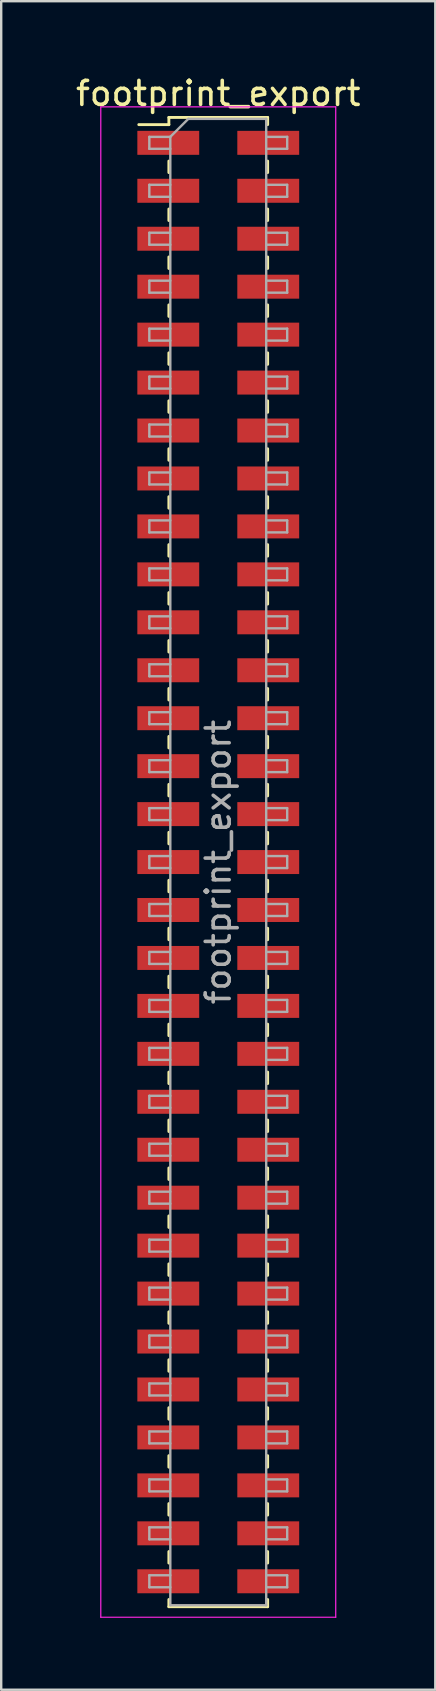
<source format=kicad_pcb>
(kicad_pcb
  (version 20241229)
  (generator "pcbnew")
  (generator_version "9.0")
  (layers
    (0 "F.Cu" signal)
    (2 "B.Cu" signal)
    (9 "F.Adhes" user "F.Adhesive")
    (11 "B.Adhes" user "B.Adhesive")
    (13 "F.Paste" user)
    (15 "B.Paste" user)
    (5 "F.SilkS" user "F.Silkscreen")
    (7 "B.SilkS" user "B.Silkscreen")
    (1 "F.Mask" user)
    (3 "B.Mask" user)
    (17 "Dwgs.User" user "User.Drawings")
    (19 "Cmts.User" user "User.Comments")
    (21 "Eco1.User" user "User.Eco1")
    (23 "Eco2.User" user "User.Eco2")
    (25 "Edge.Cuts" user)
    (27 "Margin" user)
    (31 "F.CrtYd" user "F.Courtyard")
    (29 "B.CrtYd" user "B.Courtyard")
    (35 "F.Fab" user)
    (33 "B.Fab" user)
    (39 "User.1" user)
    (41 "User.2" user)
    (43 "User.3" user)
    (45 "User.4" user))
  (footprint "footprint_export"
    (layer "F.Cu")
    (at 6.054 32.908)
    (property "Reference" "footprint_export" (at 0 -32.06 0) (layer "F.SilkS") (effects (font (size 1 1) (thickness 0.15))))
    (attr smd)
    (fp_line (start -3.315 -30.76) (end -2.06 -30.76) (stroke (width 0.12) (type solid)) (layer "F.SilkS"))
    (fp_line (start -2.06 -31.06) (end -2.06 -30.76) (stroke (width 0.12) (type solid)) (layer "F.SilkS"))
    (fp_line (start -2.06 -31.06) (end 2.06 -31.06) (stroke (width 0.12) (type solid)) (layer "F.SilkS"))
    (fp_line (start -2.06 -29.24) (end -2.06 -28.76) (stroke (width 0.12) (type solid)) (layer "F.SilkS"))
    (fp_line (start -2.06 -27.24) (end -2.06 -26.76) (stroke (width 0.12) (type solid)) (layer "F.SilkS"))
    (fp_line (start -2.06 -25.24) (end -2.06 -24.76) (stroke (width 0.12) (type solid)) (layer "F.SilkS"))
    (fp_line (start -2.06 -23.24) (end -2.06 -22.76) (stroke (width 0.12) (type solid)) (layer "F.SilkS"))
    (fp_line (start -2.06 -21.24) (end -2.06 -20.76) (stroke (width 0.12) (type solid)) (layer "F.SilkS"))
    (fp_line (start -2.06 -19.24) (end -2.06 -18.76) (stroke (width 0.12) (type solid)) (layer "F.SilkS"))
    (fp_line (start -2.06 -17.24) (end -2.06 -16.76) (stroke (width 0.12) (type solid)) (layer "F.SilkS"))
    (fp_line (start -2.06 -15.24) (end -2.06 -14.76) (stroke (width 0.12) (type solid)) (layer "F.SilkS"))
    (fp_line (start -2.06 -13.24) (end -2.06 -12.76) (stroke (width 0.12) (type solid)) (layer "F.SilkS"))
    (fp_line (start -2.06 -11.24) (end -2.06 -10.76) (stroke (width 0.12) (type solid)) (layer "F.SilkS"))
    (fp_line (start -2.06 -9.24) (end -2.06 -8.76) (stroke (width 0.12) (type solid)) (layer "F.SilkS"))
    (fp_line (start -2.06 -7.24) (end -2.06 -6.76) (stroke (width 0.12) (type solid)) (layer "F.SilkS"))
    (fp_line (start -2.06 -5.24) (end -2.06 -4.76) (stroke (width 0.12) (type solid)) (layer "F.SilkS"))
    (fp_line (start -2.06 -3.24) (end -2.06 -2.76) (stroke (width 0.12) (type solid)) (layer "F.SilkS"))
    (fp_line (start -2.06 -1.24) (end -2.06 -0.76) (stroke (width 0.12) (type solid)) (layer "F.SilkS"))
    (fp_line (start -2.06 0.76) (end -2.06 1.24) (stroke (width 0.12) (type solid)) (layer "F.SilkS"))
    (fp_line (start -2.06 2.76) (end -2.06 3.24) (stroke (width 0.12) (type solid)) (layer "F.SilkS"))
    (fp_line (start -2.06 4.76) (end -2.06 5.24) (stroke (width 0.12) (type solid)) (layer "F.SilkS"))
    (fp_line (start -2.06 6.76) (end -2.06 7.24) (stroke (width 0.12) (type solid)) (layer "F.SilkS"))
    (fp_line (start -2.06 8.76) (end -2.06 9.24) (stroke (width 0.12) (type solid)) (layer "F.SilkS"))
    (fp_line (start -2.06 10.76) (end -2.06 11.24) (stroke (width 0.12) (type solid)) (layer "F.SilkS"))
    (fp_line (start -2.06 12.76) (end -2.06 13.24) (stroke (width 0.12) (type solid)) (layer "F.SilkS"))
    (fp_line (start -2.06 14.76) (end -2.06 15.24) (stroke (width 0.12) (type solid)) (layer "F.SilkS"))
    (fp_line (start -2.06 16.76) (end -2.06 17.24) (stroke (width 0.12) (type solid)) (layer "F.SilkS"))
    (fp_line (start -2.06 18.76) (end -2.06 19.24) (stroke (width 0.12) (type solid)) (layer "F.SilkS"))
    (fp_line (start -2.06 20.76) (end -2.06 21.24) (stroke (width 0.12) (type solid)) (layer "F.SilkS"))
    (fp_line (start -2.06 22.76) (end -2.06 23.24) (stroke (width 0.12) (type solid)) (layer "F.SilkS"))
    (fp_line (start -2.06 24.76) (end -2.06 25.24) (stroke (width 0.12) (type solid)) (layer "F.SilkS"))
    (fp_line (start -2.06 26.76) (end -2.06 27.24) (stroke (width 0.12) (type solid)) (layer "F.SilkS"))
    (fp_line (start -2.06 28.76) (end -2.06 29.24) (stroke (width 0.12) (type solid)) (layer "F.SilkS"))
    (fp_line (start -2.06 30.76) (end -2.06 31.06) (stroke (width 0.12) (type solid)) (layer "F.SilkS"))
    (fp_line (start -2.06 31.06) (end 2.06 31.06) (stroke (width 0.12) (type solid)) (layer "F.SilkS"))
    (fp_line (start 2.06 -31.06) (end 2.06 -30.76) (stroke (width 0.12) (type solid)) (layer "F.SilkS"))
    (fp_line (start 2.06 -29.24) (end 2.06 -28.76) (stroke (width 0.12) (type solid)) (layer "F.SilkS"))
    (fp_line (start 2.06 -27.24) (end 2.06 -26.76) (stroke (width 0.12) (type solid)) (layer "F.SilkS"))
    (fp_line (start 2.06 -25.24) (end 2.06 -24.76) (stroke (width 0.12) (type solid)) (layer "F.SilkS"))
    (fp_line (start 2.06 -23.24) (end 2.06 -22.76) (stroke (width 0.12) (type solid)) (layer "F.SilkS"))
    (fp_line (start 2.06 -21.24) (end 2.06 -20.76) (stroke (width 0.12) (type solid)) (layer "F.SilkS"))
    (fp_line (start 2.06 -19.24) (end 2.06 -18.76) (stroke (width 0.12) (type solid)) (layer "F.SilkS"))
    (fp_line (start 2.06 -17.24) (end 2.06 -16.76) (stroke (width 0.12) (type solid)) (layer "F.SilkS"))
    (fp_line (start 2.06 -15.24) (end 2.06 -14.76) (stroke (width 0.12) (type solid)) (layer "F.SilkS"))
    (fp_line (start 2.06 -13.24) (end 2.06 -12.76) (stroke (width 0.12) (type solid)) (layer "F.SilkS"))
    (fp_line (start 2.06 -11.24) (end 2.06 -10.76) (stroke (width 0.12) (type solid)) (layer "F.SilkS"))
    (fp_line (start 2.06 -9.24) (end 2.06 -8.76) (stroke (width 0.12) (type solid)) (layer "F.SilkS"))
    (fp_line (start 2.06 -7.24) (end 2.06 -6.76) (stroke (width 0.12) (type solid)) (layer "F.SilkS"))
    (fp_line (start 2.06 -5.24) (end 2.06 -4.76) (stroke (width 0.12) (type solid)) (layer "F.SilkS"))
    (fp_line (start 2.06 -3.24) (end 2.06 -2.76) (stroke (width 0.12) (type solid)) (layer "F.SilkS"))
    (fp_line (start 2.06 -1.24) (end 2.06 -0.76) (stroke (width 0.12) (type solid)) (layer "F.SilkS"))
    (fp_line (start 2.06 0.76) (end 2.06 1.24) (stroke (width 0.12) (type solid)) (layer "F.SilkS"))
    (fp_line (start 2.06 2.76) (end 2.06 3.24) (stroke (width 0.12) (type solid)) (layer "F.SilkS"))
    (fp_line (start 2.06 4.76) (end 2.06 5.24) (stroke (width 0.12) (type solid)) (layer "F.SilkS"))
    (fp_line (start 2.06 6.76) (end 2.06 7.24) (stroke (width 0.12) (type solid)) (layer "F.SilkS"))
    (fp_line (start 2.06 8.76) (end 2.06 9.24) (stroke (width 0.12) (type solid)) (layer "F.SilkS"))
    (fp_line (start 2.06 10.76) (end 2.06 11.24) (stroke (width 0.12) (type solid)) (layer "F.SilkS"))
    (fp_line (start 2.06 12.76) (end 2.06 13.24) (stroke (width 0.12) (type solid)) (layer "F.SilkS"))
    (fp_line (start 2.06 14.76) (end 2.06 15.24) (stroke (width 0.12) (type solid)) (layer "F.SilkS"))
    (fp_line (start 2.06 16.76) (end 2.06 17.24) (stroke (width 0.12) (type solid)) (layer "F.SilkS"))
    (fp_line (start 2.06 18.76) (end 2.06 19.24) (stroke (width 0.12) (type solid)) (layer "F.SilkS"))
    (fp_line (start 2.06 20.76) (end 2.06 21.24) (stroke (width 0.12) (type solid)) (layer "F.SilkS"))
    (fp_line (start 2.06 22.76) (end 2.06 23.24) (stroke (width 0.12) (type solid)) (layer "F.SilkS"))
    (fp_line (start 2.06 24.76) (end 2.06 25.24) (stroke (width 0.12) (type solid)) (layer "F.SilkS"))
    (fp_line (start 2.06 26.76) (end 2.06 27.24) (stroke (width 0.12) (type solid)) (layer "F.SilkS"))
    (fp_line (start 2.06 28.76) (end 2.06 29.24) (stroke (width 0.12) (type solid)) (layer "F.SilkS"))
    (fp_line (start 2.06 30.76) (end 2.06 31.06) (stroke (width 0.12) (type solid)) (layer "F.SilkS"))
    (fp_line (start -4.9 -31.5) (end -4.9 31.5) (stroke (width 0.05) (type solid)) (layer "F.CrtYd"))
    (fp_line (start -4.9 31.5) (end 4.9 31.5) (stroke (width 0.05) (type solid)) (layer "F.CrtYd"))
    (fp_line (start 4.9 -31.5) (end -4.9 -31.5) (stroke (width 0.05) (type solid)) (layer "F.CrtYd"))
    (fp_line (start 4.9 31.5) (end 4.9 -31.5) (stroke (width 0.05) (type solid)) (layer "F.CrtYd"))
    (fp_line (start -2.875 -30.25) (end -2.875 -29.75) (stroke (width 0.1) (type solid)) (layer "F.Fab"))
    (fp_line (start -2.875 -29.75) (end -2 -29.75) (stroke (width 0.1) (type solid)) (layer "F.Fab"))
    (fp_line (start -2.875 -28.25) (end -2.875 -27.75) (stroke (width 0.1) (type solid)) (layer "F.Fab"))
    (fp_line (start -2.875 -27.75) (end -2 -27.75) (stroke (width 0.1) (type solid)) (layer "F.Fab"))
    (fp_line (start -2.875 -26.25) (end -2.875 -25.75) (stroke (width 0.1) (type solid)) (layer "F.Fab"))
    (fp_line (start -2.875 -25.75) (end -2 -25.75) (stroke (width 0.1) (type solid)) (layer "F.Fab"))
    (fp_line (start -2.875 -24.25) (end -2.875 -23.75) (stroke (width 0.1) (type solid)) (layer "F.Fab"))
    (fp_line (start -2.875 -23.75) (end -2 -23.75) (stroke (width 0.1) (type solid)) (layer "F.Fab"))
    (fp_line (start -2.875 -22.25) (end -2.875 -21.75) (stroke (width 0.1) (type solid)) (layer "F.Fab"))
    (fp_line (start -2.875 -21.75) (end -2 -21.75) (stroke (width 0.1) (type solid)) (layer "F.Fab"))
    (fp_line (start -2.875 -20.25) (end -2.875 -19.75) (stroke (width 0.1) (type solid)) (layer "F.Fab"))
    (fp_line (start -2.875 -19.75) (end -2 -19.75) (stroke (width 0.1) (type solid)) (layer "F.Fab"))
    (fp_line (start -2.875 -18.25) (end -2.875 -17.75) (stroke (width 0.1) (type solid)) (layer "F.Fab"))
    (fp_line (start -2.875 -17.75) (end -2 -17.75) (stroke (width 0.1) (type solid)) (layer "F.Fab"))
    (fp_line (start -2.875 -16.25) (end -2.875 -15.75) (stroke (width 0.1) (type solid)) (layer "F.Fab"))
    (fp_line (start -2.875 -15.75) (end -2 -15.75) (stroke (width 0.1) (type solid)) (layer "F.Fab"))
    (fp_line (start -2.875 -14.25) (end -2.875 -13.75) (stroke (width 0.1) (type solid)) (layer "F.Fab"))
    (fp_line (start -2.875 -13.75) (end -2 -13.75) (stroke (width 0.1) (type solid)) (layer "F.Fab"))
    (fp_line (start -2.875 -12.25) (end -2.875 -11.75) (stroke (width 0.1) (type solid)) (layer "F.Fab"))
    (fp_line (start -2.875 -11.75) (end -2 -11.75) (stroke (width 0.1) (type solid)) (layer "F.Fab"))
    (fp_line (start -2.875 -10.25) (end -2.875 -9.75) (stroke (width 0.1) (type solid)) (layer "F.Fab"))
    (fp_line (start -2.875 -9.75) (end -2 -9.75) (stroke (width 0.1) (type solid)) (layer "F.Fab"))
    (fp_line (start -2.875 -8.25) (end -2.875 -7.75) (stroke (width 0.1) (type solid)) (layer "F.Fab"))
    (fp_line (start -2.875 -7.75) (end -2 -7.75) (stroke (width 0.1) (type solid)) (layer "F.Fab"))
    (fp_line (start -2.875 -6.25) (end -2.875 -5.75) (stroke (width 0.1) (type solid)) (layer "F.Fab"))
    (fp_line (start -2.875 -5.75) (end -2 -5.75) (stroke (width 0.1) (type solid)) (layer "F.Fab"))
    (fp_line (start -2.875 -4.25) (end -2.875 -3.75) (stroke (width 0.1) (type solid)) (layer "F.Fab"))
    (fp_line (start -2.875 -3.75) (end -2 -3.75) (stroke (width 0.1) (type solid)) (layer "F.Fab"))
    (fp_line (start -2.875 -2.25) (end -2.875 -1.75) (stroke (width 0.1) (type solid)) (layer "F.Fab"))
    (fp_line (start -2.875 -1.75) (end -2 -1.75) (stroke (width 0.1) (type solid)) (layer "F.Fab"))
    (fp_line (start -2.875 -0.25) (end -2.875 0.25) (stroke (width 0.1) (type solid)) (layer "F.Fab"))
    (fp_line (start -2.875 0.25) (end -2 0.25) (stroke (width 0.1) (type solid)) (layer "F.Fab"))
    (fp_line (start -2.875 1.75) (end -2.875 2.25) (stroke (width 0.1) (type solid)) (layer "F.Fab"))
    (fp_line (start -2.875 2.25) (end -2 2.25) (stroke (width 0.1) (type solid)) (layer "F.Fab"))
    (fp_line (start -2.875 3.75) (end -2.875 4.25) (stroke (width 0.1) (type solid)) (layer "F.Fab"))
    (fp_line (start -2.875 4.25) (end -2 4.25) (stroke (width 0.1) (type solid)) (layer "F.Fab"))
    (fp_line (start -2.875 5.75) (end -2.875 6.25) (stroke (width 0.1) (type solid)) (layer "F.Fab"))
    (fp_line (start -2.875 6.25) (end -2 6.25) (stroke (width 0.1) (type solid)) (layer "F.Fab"))
    (fp_line (start -2.875 7.75) (end -2.875 8.25) (stroke (width 0.1) (type solid)) (layer "F.Fab"))
    (fp_line (start -2.875 8.25) (end -2 8.25) (stroke (width 0.1) (type solid)) (layer "F.Fab"))
    (fp_line (start -2.875 9.75) (end -2.875 10.25) (stroke (width 0.1) (type solid)) (layer "F.Fab"))
    (fp_line (start -2.875 10.25) (end -2 10.25) (stroke (width 0.1) (type solid)) (layer "F.Fab"))
    (fp_line (start -2.875 11.75) (end -2.875 12.25) (stroke (width 0.1) (type solid)) (layer "F.Fab"))
    (fp_line (start -2.875 12.25) (end -2 12.25) (stroke (width 0.1) (type solid)) (layer "F.Fab"))
    (fp_line (start -2.875 13.75) (end -2.875 14.25) (stroke (width 0.1) (type solid)) (layer "F.Fab"))
    (fp_line (start -2.875 14.25) (end -2 14.25) (stroke (width 0.1) (type solid)) (layer "F.Fab"))
    (fp_line (start -2.875 15.75) (end -2.875 16.25) (stroke (width 0.1) (type solid)) (layer "F.Fab"))
    (fp_line (start -2.875 16.25) (end -2 16.25) (stroke (width 0.1) (type solid)) (layer "F.Fab"))
    (fp_line (start -2.875 17.75) (end -2.875 18.25) (stroke (width 0.1) (type solid)) (layer "F.Fab"))
    (fp_line (start -2.875 18.25) (end -2 18.25) (stroke (width 0.1) (type solid)) (layer "F.Fab"))
    (fp_line (start -2.875 19.75) (end -2.875 20.25) (stroke (width 0.1) (type solid)) (layer "F.Fab"))
    (fp_line (start -2.875 20.25) (end -2 20.25) (stroke (width 0.1) (type solid)) (layer "F.Fab"))
    (fp_line (start -2.875 21.75) (end -2.875 22.25) (stroke (width 0.1) (type solid)) (layer "F.Fab"))
    (fp_line (start -2.875 22.25) (end -2 22.25) (stroke (width 0.1) (type solid)) (layer "F.Fab"))
    (fp_line (start -2.875 23.75) (end -2.875 24.25) (stroke (width 0.1) (type solid)) (layer "F.Fab"))
    (fp_line (start -2.875 24.25) (end -2 24.25) (stroke (width 0.1) (type solid)) (layer "F.Fab"))
    (fp_line (start -2.875 25.75) (end -2.875 26.25) (stroke (width 0.1) (type solid)) (layer "F.Fab"))
    (fp_line (start -2.875 26.25) (end -2 26.25) (stroke (width 0.1) (type solid)) (layer "F.Fab"))
    (fp_line (start -2.875 27.75) (end -2.875 28.25) (stroke (width 0.1) (type solid)) (layer "F.Fab"))
    (fp_line (start -2.875 28.25) (end -2 28.25) (stroke (width 0.1) (type solid)) (layer "F.Fab"))
    (fp_line (start -2.875 29.75) (end -2.875 30.25) (stroke (width 0.1) (type solid)) (layer "F.Fab"))
    (fp_line (start -2.875 30.25) (end -2 30.25) (stroke (width 0.1) (type solid)) (layer "F.Fab"))
    (fp_line (start -2 -30.25) (end -2.875 -30.25) (stroke (width 0.1) (type solid)) (layer "F.Fab"))
    (fp_line (start -2 -30.25) (end -1.25 -31) (stroke (width 0.1) (type solid)) (layer "F.Fab"))
    (fp_line (start -2 -28.25) (end -2.875 -28.25) (stroke (width 0.1) (type solid)) (layer "F.Fab"))
    (fp_line (start -2 -26.25) (end -2.875 -26.25) (stroke (width 0.1) (type solid)) (layer "F.Fab"))
    (fp_line (start -2 -24.25) (end -2.875 -24.25) (stroke (width 0.1) (type solid)) (layer "F.Fab"))
    (fp_line (start -2 -22.25) (end -2.875 -22.25) (stroke (width 0.1) (type solid)) (layer "F.Fab"))
    (fp_line (start -2 -20.25) (end -2.875 -20.25) (stroke (width 0.1) (type solid)) (layer "F.Fab"))
    (fp_line (start -2 -18.25) (end -2.875 -18.25) (stroke (width 0.1) (type solid)) (layer "F.Fab"))
    (fp_line (start -2 -16.25) (end -2.875 -16.25) (stroke (width 0.1) (type solid)) (layer "F.Fab"))
    (fp_line (start -2 -14.25) (end -2.875 -14.25) (stroke (width 0.1) (type solid)) (layer "F.Fab"))
    (fp_line (start -2 -12.25) (end -2.875 -12.25) (stroke (width 0.1) (type solid)) (layer "F.Fab"))
    (fp_line (start -2 -10.25) (end -2.875 -10.25) (stroke (width 0.1) (type solid)) (layer "F.Fab"))
    (fp_line (start -2 -8.25) (end -2.875 -8.25) (stroke (width 0.1) (type solid)) (layer "F.Fab"))
    (fp_line (start -2 -6.25) (end -2.875 -6.25) (stroke (width 0.1) (type solid)) (layer "F.Fab"))
    (fp_line (start -2 -4.25) (end -2.875 -4.25) (stroke (width 0.1) (type solid)) (layer "F.Fab"))
    (fp_line (start -2 -2.25) (end -2.875 -2.25) (stroke (width 0.1) (type solid)) (layer "F.Fab"))
    (fp_line (start -2 -0.25) (end -2.875 -0.25) (stroke (width 0.1) (type solid)) (layer "F.Fab"))
    (fp_line (start -2 1.75) (end -2.875 1.75) (stroke (width 0.1) (type solid)) (layer "F.Fab"))
    (fp_line (start -2 3.75) (end -2.875 3.75) (stroke (width 0.1) (type solid)) (layer "F.Fab"))
    (fp_line (start -2 5.75) (end -2.875 5.75) (stroke (width 0.1) (type solid)) (layer "F.Fab"))
    (fp_line (start -2 7.75) (end -2.875 7.75) (stroke (width 0.1) (type solid)) (layer "F.Fab"))
    (fp_line (start -2 9.75) (end -2.875 9.75) (stroke (width 0.1) (type solid)) (layer "F.Fab"))
    (fp_line (start -2 11.75) (end -2.875 11.75) (stroke (width 0.1) (type solid)) (layer "F.Fab"))
    (fp_line (start -2 13.75) (end -2.875 13.75) (stroke (width 0.1) (type solid)) (layer "F.Fab"))
    (fp_line (start -2 15.75) (end -2.875 15.75) (stroke (width 0.1) (type solid)) (layer "F.Fab"))
    (fp_line (start -2 17.75) (end -2.875 17.75) (stroke (width 0.1) (type solid)) (layer "F.Fab"))
    (fp_line (start -2 19.75) (end -2.875 19.75) (stroke (width 0.1) (type solid)) (layer "F.Fab"))
    (fp_line (start -2 21.75) (end -2.875 21.75) (stroke (width 0.1) (type solid)) (layer "F.Fab"))
    (fp_line (start -2 23.75) (end -2.875 23.75) (stroke (width 0.1) (type solid)) (layer "F.Fab"))
    (fp_line (start -2 25.75) (end -2.875 25.75) (stroke (width 0.1) (type solid)) (layer "F.Fab"))
    (fp_line (start -2 27.75) (end -2.875 27.75) (stroke (width 0.1) (type solid)) (layer "F.Fab"))
    (fp_line (start -2 29.75) (end -2.875 29.75) (stroke (width 0.1) (type solid)) (layer "F.Fab"))
    (fp_line (start -2 31) (end -2 -30.25) (stroke (width 0.1) (type solid)) (layer "F.Fab"))
    (fp_line (start -1.25 -31) (end 2 -31) (stroke (width 0.1) (type solid)) (layer "F.Fab"))
    (fp_line (start 2 -31) (end 2 31) (stroke (width 0.1) (type solid)) (layer "F.Fab"))
    (fp_line (start 2 -30.25) (end 2.875 -30.25) (stroke (width 0.1) (type solid)) (layer "F.Fab"))
    (fp_line (start 2 -28.25) (end 2.875 -28.25) (stroke (width 0.1) (type solid)) (layer "F.Fab"))
    (fp_line (start 2 -26.25) (end 2.875 -26.25) (stroke (width 0.1) (type solid)) (layer "F.Fab"))
    (fp_line (start 2 -24.25) (end 2.875 -24.25) (stroke (width 0.1) (type solid)) (layer "F.Fab"))
    (fp_line (start 2 -22.25) (end 2.875 -22.25) (stroke (width 0.1) (type solid)) (layer "F.Fab"))
    (fp_line (start 2 -20.25) (end 2.875 -20.25) (stroke (width 0.1) (type solid)) (layer "F.Fab"))
    (fp_line (start 2 -18.25) (end 2.875 -18.25) (stroke (width 0.1) (type solid)) (layer "F.Fab"))
    (fp_line (start 2 -16.25) (end 2.875 -16.25) (stroke (width 0.1) (type solid)) (layer "F.Fab"))
    (fp_line (start 2 -14.25) (end 2.875 -14.25) (stroke (width 0.1) (type solid)) (layer "F.Fab"))
    (fp_line (start 2 -12.25) (end 2.875 -12.25) (stroke (width 0.1) (type solid)) (layer "F.Fab"))
    (fp_line (start 2 -10.25) (end 2.875 -10.25) (stroke (width 0.1) (type solid)) (layer "F.Fab"))
    (fp_line (start 2 -8.25) (end 2.875 -8.25) (stroke (width 0.1) (type solid)) (layer "F.Fab"))
    (fp_line (start 2 -6.25) (end 2.875 -6.25) (stroke (width 0.1) (type solid)) (layer "F.Fab"))
    (fp_line (start 2 -4.25) (end 2.875 -4.25) (stroke (width 0.1) (type solid)) (layer "F.Fab"))
    (fp_line (start 2 -2.25) (end 2.875 -2.25) (stroke (width 0.1) (type solid)) (layer "F.Fab"))
    (fp_line (start 2 -0.25) (end 2.875 -0.25) (stroke (width 0.1) (type solid)) (layer "F.Fab"))
    (fp_line (start 2 1.75) (end 2.875 1.75) (stroke (width 0.1) (type solid)) (layer "F.Fab"))
    (fp_line (start 2 3.75) (end 2.875 3.75) (stroke (width 0.1) (type solid)) (layer "F.Fab"))
    (fp_line (start 2 5.75) (end 2.875 5.75) (stroke (width 0.1) (type solid)) (layer "F.Fab"))
    (fp_line (start 2 7.75) (end 2.875 7.75) (stroke (width 0.1) (type solid)) (layer "F.Fab"))
    (fp_line (start 2 9.75) (end 2.875 9.75) (stroke (width 0.1) (type solid)) (layer "F.Fab"))
    (fp_line (start 2 11.75) (end 2.875 11.75) (stroke (width 0.1) (type solid)) (layer "F.Fab"))
    (fp_line (start 2 13.75) (end 2.875 13.75) (stroke (width 0.1) (type solid)) (layer "F.Fab"))
    (fp_line (start 2 15.75) (end 2.875 15.75) (stroke (width 0.1) (type solid)) (layer "F.Fab"))
    (fp_line (start 2 17.75) (end 2.875 17.75) (stroke (width 0.1) (type solid)) (layer "F.Fab"))
    (fp_line (start 2 19.75) (end 2.875 19.75) (stroke (width 0.1) (type solid)) (layer "F.Fab"))
    (fp_line (start 2 21.75) (end 2.875 21.75) (stroke (width 0.1) (type solid)) (layer "F.Fab"))
    (fp_line (start 2 23.75) (end 2.875 23.75) (stroke (width 0.1) (type solid)) (layer "F.Fab"))
    (fp_line (start 2 25.75) (end 2.875 25.75) (stroke (width 0.1) (type solid)) (layer "F.Fab"))
    (fp_line (start 2 27.75) (end 2.875 27.75) (stroke (width 0.1) (type solid)) (layer "F.Fab"))
    (fp_line (start 2 29.75) (end 2.875 29.75) (stroke (width 0.1) (type solid)) (layer "F.Fab"))
    (fp_line (start 2 31) (end -2 31) (stroke (width 0.1) (type solid)) (layer "F.Fab"))
    (fp_line (start 2.875 -30.25) (end 2.875 -29.75) (stroke (width 0.1) (type solid)) (layer "F.Fab"))
    (fp_line (start 2.875 -29.75) (end 2 -29.75) (stroke (width 0.1) (type solid)) (layer "F.Fab"))
    (fp_line (start 2.875 -28.25) (end 2.875 -27.75) (stroke (width 0.1) (type solid)) (layer "F.Fab"))
    (fp_line (start 2.875 -27.75) (end 2 -27.75) (stroke (width 0.1) (type solid)) (layer "F.Fab"))
    (fp_line (start 2.875 -26.25) (end 2.875 -25.75) (stroke (width 0.1) (type solid)) (layer "F.Fab"))
    (fp_line (start 2.875 -25.75) (end 2 -25.75) (stroke (width 0.1) (type solid)) (layer "F.Fab"))
    (fp_line (start 2.875 -24.25) (end 2.875 -23.75) (stroke (width 0.1) (type solid)) (layer "F.Fab"))
    (fp_line (start 2.875 -23.75) (end 2 -23.75) (stroke (width 0.1) (type solid)) (layer "F.Fab"))
    (fp_line (start 2.875 -22.25) (end 2.875 -21.75) (stroke (width 0.1) (type solid)) (layer "F.Fab"))
    (fp_line (start 2.875 -21.75) (end 2 -21.75) (stroke (width 0.1) (type solid)) (layer "F.Fab"))
    (fp_line (start 2.875 -20.25) (end 2.875 -19.75) (stroke (width 0.1) (type solid)) (layer "F.Fab"))
    (fp_line (start 2.875 -19.75) (end 2 -19.75) (stroke (width 0.1) (type solid)) (layer "F.Fab"))
    (fp_line (start 2.875 -18.25) (end 2.875 -17.75) (stroke (width 0.1) (type solid)) (layer "F.Fab"))
    (fp_line (start 2.875 -17.75) (end 2 -17.75) (stroke (width 0.1) (type solid)) (layer "F.Fab"))
    (fp_line (start 2.875 -16.25) (end 2.875 -15.75) (stroke (width 0.1) (type solid)) (layer "F.Fab"))
    (fp_line (start 2.875 -15.75) (end 2 -15.75) (stroke (width 0.1) (type solid)) (layer "F.Fab"))
    (fp_line (start 2.875 -14.25) (end 2.875 -13.75) (stroke (width 0.1) (type solid)) (layer "F.Fab"))
    (fp_line (start 2.875 -13.75) (end 2 -13.75) (stroke (width 0.1) (type solid)) (layer "F.Fab"))
    (fp_line (start 2.875 -12.25) (end 2.875 -11.75) (stroke (width 0.1) (type solid)) (layer "F.Fab"))
    (fp_line (start 2.875 -11.75) (end 2 -11.75) (stroke (width 0.1) (type solid)) (layer "F.Fab"))
    (fp_line (start 2.875 -10.25) (end 2.875 -9.75) (stroke (width 0.1) (type solid)) (layer "F.Fab"))
    (fp_line (start 2.875 -9.75) (end 2 -9.75) (stroke (width 0.1) (type solid)) (layer "F.Fab"))
    (fp_line (start 2.875 -8.25) (end 2.875 -7.75) (stroke (width 0.1) (type solid)) (layer "F.Fab"))
    (fp_line (start 2.875 -7.75) (end 2 -7.75) (stroke (width 0.1) (type solid)) (layer "F.Fab"))
    (fp_line (start 2.875 -6.25) (end 2.875 -5.75) (stroke (width 0.1) (type solid)) (layer "F.Fab"))
    (fp_line (start 2.875 -5.75) (end 2 -5.75) (stroke (width 0.1) (type solid)) (layer "F.Fab"))
    (fp_line (start 2.875 -4.25) (end 2.875 -3.75) (stroke (width 0.1) (type solid)) (layer "F.Fab"))
    (fp_line (start 2.875 -3.75) (end 2 -3.75) (stroke (width 0.1) (type solid)) (layer "F.Fab"))
    (fp_line (start 2.875 -2.25) (end 2.875 -1.75) (stroke (width 0.1) (type solid)) (layer "F.Fab"))
    (fp_line (start 2.875 -1.75) (end 2 -1.75) (stroke (width 0.1) (type solid)) (layer "F.Fab"))
    (fp_line (start 2.875 -0.25) (end 2.875 0.25) (stroke (width 0.1) (type solid)) (layer "F.Fab"))
    (fp_line (start 2.875 0.25) (end 2 0.25) (stroke (width 0.1) (type solid)) (layer "F.Fab"))
    (fp_line (start 2.875 1.75) (end 2.875 2.25) (stroke (width 0.1) (type solid)) (layer "F.Fab"))
    (fp_line (start 2.875 2.25) (end 2 2.25) (stroke (width 0.1) (type solid)) (layer "F.Fab"))
    (fp_line (start 2.875 3.75) (end 2.875 4.25) (stroke (width 0.1) (type solid)) (layer "F.Fab"))
    (fp_line (start 2.875 4.25) (end 2 4.25) (stroke (width 0.1) (type solid)) (layer "F.Fab"))
    (fp_line (start 2.875 5.75) (end 2.875 6.25) (stroke (width 0.1) (type solid)) (layer "F.Fab"))
    (fp_line (start 2.875 6.25) (end 2 6.25) (stroke (width 0.1) (type solid)) (layer "F.Fab"))
    (fp_line (start 2.875 7.75) (end 2.875 8.25) (stroke (width 0.1) (type solid)) (layer "F.Fab"))
    (fp_line (start 2.875 8.25) (end 2 8.25) (stroke (width 0.1) (type solid)) (layer "F.Fab"))
    (fp_line (start 2.875 9.75) (end 2.875 10.25) (stroke (width 0.1) (type solid)) (layer "F.Fab"))
    (fp_line (start 2.875 10.25) (end 2 10.25) (stroke (width 0.1) (type solid)) (layer "F.Fab"))
    (fp_line (start 2.875 11.75) (end 2.875 12.25) (stroke (width 0.1) (type solid)) (layer "F.Fab"))
    (fp_line (start 2.875 12.25) (end 2 12.25) (stroke (width 0.1) (type solid)) (layer "F.Fab"))
    (fp_line (start 2.875 13.75) (end 2.875 14.25) (stroke (width 0.1) (type solid)) (layer "F.Fab"))
    (fp_line (start 2.875 14.25) (end 2 14.25) (stroke (width 0.1) (type solid)) (layer "F.Fab"))
    (fp_line (start 2.875 15.75) (end 2.875 16.25) (stroke (width 0.1) (type solid)) (layer "F.Fab"))
    (fp_line (start 2.875 16.25) (end 2 16.25) (stroke (width 0.1) (type solid)) (layer "F.Fab"))
    (fp_line (start 2.875 17.75) (end 2.875 18.25) (stroke (width 0.1) (type solid)) (layer "F.Fab"))
    (fp_line (start 2.875 18.25) (end 2 18.25) (stroke (width 0.1) (type solid)) (layer "F.Fab"))
    (fp_line (start 2.875 19.75) (end 2.875 20.25) (stroke (width 0.1) (type solid)) (layer "F.Fab"))
    (fp_line (start 2.875 20.25) (end 2 20.25) (stroke (width 0.1) (type solid)) (layer "F.Fab"))
    (fp_line (start 2.875 21.75) (end 2.875 22.25) (stroke (width 0.1) (type solid)) (layer "F.Fab"))
    (fp_line (start 2.875 22.25) (end 2 22.25) (stroke (width 0.1) (type solid)) (layer "F.Fab"))
    (fp_line (start 2.875 23.75) (end 2.875 24.25) (stroke (width 0.1) (type solid)) (layer "F.Fab"))
    (fp_line (start 2.875 24.25) (end 2 24.25) (stroke (width 0.1) (type solid)) (layer "F.Fab"))
    (fp_line (start 2.875 25.75) (end 2.875 26.25) (stroke (width 0.1) (type solid)) (layer "F.Fab"))
    (fp_line (start 2.875 26.25) (end 2 26.25) (stroke (width 0.1) (type solid)) (layer "F.Fab"))
    (fp_line (start 2.875 27.75) (end 2.875 28.25) (stroke (width 0.1) (type solid)) (layer "F.Fab"))
    (fp_line (start 2.875 28.25) (end 2 28.25) (stroke (width 0.1) (type solid)) (layer "F.Fab"))
    (fp_line (start 2.875 29.75) (end 2.875 30.25) (stroke (width 0.1) (type solid)) (layer "F.Fab"))
    (fp_line (start 2.875 30.25) (end 2 30.25) (stroke (width 0.1) (type solid)) (layer "F.Fab"))
    (fp_text user "${REFERENCE}" (at 0 0 90) (layer "F.Fab") (effects (font (size 1 1) (thickness 0.15))))
    (pad "1" smd rect (at -2.085 -30) (size 2.58 1) (layers "F.Cu" "F.Mask" "F.Paste"))
    (pad "2" smd rect (at 2.085 -30) (size 2.58 1) (layers "F.Cu" "F.Mask" "F.Paste"))
    (pad "3" smd rect (at -2.085 -28) (size 2.58 1) (layers "F.Cu" "F.Mask" "F.Paste"))
    (pad "4" smd rect (at 2.085 -28) (size 2.58 1) (layers "F.Cu" "F.Mask" "F.Paste"))
    (pad "5" smd rect (at -2.085 -26) (size 2.58 1) (layers "F.Cu" "F.Mask" "F.Paste"))
    (pad "6" smd rect (at 2.085 -26) (size 2.58 1) (layers "F.Cu" "F.Mask" "F.Paste"))
    (pad "7" smd rect (at -2.085 -24) (size 2.58 1) (layers "F.Cu" "F.Mask" "F.Paste"))
    (pad "8" smd rect (at 2.085 -24) (size 2.58 1) (layers "F.Cu" "F.Mask" "F.Paste"))
    (pad "9" smd rect (at -2.085 -22) (size 2.58 1) (layers "F.Cu" "F.Mask" "F.Paste"))
    (pad "10" smd rect (at 2.085 -22) (size 2.58 1) (layers "F.Cu" "F.Mask" "F.Paste"))
    (pad "11" smd rect (at -2.085 -20) (size 2.58 1) (layers "F.Cu" "F.Mask" "F.Paste"))
    (pad "12" smd rect (at 2.085 -20) (size 2.58 1) (layers "F.Cu" "F.Mask" "F.Paste"))
    (pad "13" smd rect (at -2.085 -18) (size 2.58 1) (layers "F.Cu" "F.Mask" "F.Paste"))
    (pad "14" smd rect (at 2.085 -18) (size 2.58 1) (layers "F.Cu" "F.Mask" "F.Paste"))
    (pad "15" smd rect (at -2.085 -16) (size 2.58 1) (layers "F.Cu" "F.Mask" "F.Paste"))
    (pad "16" smd rect (at 2.085 -16) (size 2.58 1) (layers "F.Cu" "F.Mask" "F.Paste"))
    (pad "17" smd rect (at -2.085 -14) (size 2.58 1) (layers "F.Cu" "F.Mask" "F.Paste"))
    (pad "18" smd rect (at 2.085 -14) (size 2.58 1) (layers "F.Cu" "F.Mask" "F.Paste"))
    (pad "19" smd rect (at -2.085 -12) (size 2.58 1) (layers "F.Cu" "F.Mask" "F.Paste"))
    (pad "20" smd rect (at 2.085 -12) (size 2.58 1) (layers "F.Cu" "F.Mask" "F.Paste"))
    (pad "21" smd rect (at -2.085 -10) (size 2.58 1) (layers "F.Cu" "F.Mask" "F.Paste"))
    (pad "22" smd rect (at 2.085 -10) (size 2.58 1) (layers "F.Cu" "F.Mask" "F.Paste"))
    (pad "23" smd rect (at -2.085 -8) (size 2.58 1) (layers "F.Cu" "F.Mask" "F.Paste"))
    (pad "24" smd rect (at 2.085 -8) (size 2.58 1) (layers "F.Cu" "F.Mask" "F.Paste"))
    (pad "25" smd rect (at -2.085 -6) (size 2.58 1) (layers "F.Cu" "F.Mask" "F.Paste"))
    (pad "26" smd rect (at 2.085 -6) (size 2.58 1) (layers "F.Cu" "F.Mask" "F.Paste"))
    (pad "27" smd rect (at -2.085 -4) (size 2.58 1) (layers "F.Cu" "F.Mask" "F.Paste"))
    (pad "28" smd rect (at 2.085 -4) (size 2.58 1) (layers "F.Cu" "F.Mask" "F.Paste"))
    (pad "29" smd rect (at -2.085 -2) (size 2.58 1) (layers "F.Cu" "F.Mask" "F.Paste"))
    (pad "30" smd rect (at 2.085 -2) (size 2.58 1) (layers "F.Cu" "F.Mask" "F.Paste"))
    (pad "31" smd rect (at -2.085 0) (size 2.58 1) (layers "F.Cu" "F.Mask" "F.Paste"))
    (pad "32" smd rect (at 2.085 0) (size 2.58 1) (layers "F.Cu" "F.Mask" "F.Paste"))
    (pad "33" smd rect (at -2.085 2) (size 2.58 1) (layers "F.Cu" "F.Mask" "F.Paste"))
    (pad "34" smd rect (at 2.085 2) (size 2.58 1) (layers "F.Cu" "F.Mask" "F.Paste"))
    (pad "35" smd rect (at -2.085 4) (size 2.58 1) (layers "F.Cu" "F.Mask" "F.Paste"))
    (pad "36" smd rect (at 2.085 4) (size 2.58 1) (layers "F.Cu" "F.Mask" "F.Paste"))
    (pad "37" smd rect (at -2.085 6) (size 2.58 1) (layers "F.Cu" "F.Mask" "F.Paste"))
    (pad "38" smd rect (at 2.085 6) (size 2.58 1) (layers "F.Cu" "F.Mask" "F.Paste"))
    (pad "39" smd rect (at -2.085 8) (size 2.58 1) (layers "F.Cu" "F.Mask" "F.Paste"))
    (pad "40" smd rect (at 2.085 8) (size 2.58 1) (layers "F.Cu" "F.Mask" "F.Paste"))
    (pad "41" smd rect (at -2.085 10) (size 2.58 1) (layers "F.Cu" "F.Mask" "F.Paste"))
    (pad "42" smd rect (at 2.085 10) (size 2.58 1) (layers "F.Cu" "F.Mask" "F.Paste"))
    (pad "43" smd rect (at -2.085 12) (size 2.58 1) (layers "F.Cu" "F.Mask" "F.Paste"))
    (pad "44" smd rect (at 2.085 12) (size 2.58 1) (layers "F.Cu" "F.Mask" "F.Paste"))
    (pad "45" smd rect (at -2.085 14) (size 2.58 1) (layers "F.Cu" "F.Mask" "F.Paste"))
    (pad "46" smd rect (at 2.085 14) (size 2.58 1) (layers "F.Cu" "F.Mask" "F.Paste"))
    (pad "47" smd rect (at -2.085 16) (size 2.58 1) (layers "F.Cu" "F.Mask" "F.Paste"))
    (pad "48" smd rect (at 2.085 16) (size 2.58 1) (layers "F.Cu" "F.Mask" "F.Paste"))
    (pad "49" smd rect (at -2.085 18) (size 2.58 1) (layers "F.Cu" "F.Mask" "F.Paste"))
    (pad "50" smd rect (at 2.085 18) (size 2.58 1) (layers "F.Cu" "F.Mask" "F.Paste"))
    (pad "51" smd rect (at -2.085 20) (size 2.58 1) (layers "F.Cu" "F.Mask" "F.Paste"))
    (pad "52" smd rect (at 2.085 20) (size 2.58 1) (layers "F.Cu" "F.Mask" "F.Paste"))
    (pad "53" smd rect (at -2.085 22) (size 2.58 1) (layers "F.Cu" "F.Mask" "F.Paste"))
    (pad "54" smd rect (at 2.085 22) (size 2.58 1) (layers "F.Cu" "F.Mask" "F.Paste"))
    (pad "55" smd rect (at -2.085 24) (size 2.58 1) (layers "F.Cu" "F.Mask" "F.Paste"))
    (pad "56" smd rect (at 2.085 24) (size 2.58 1) (layers "F.Cu" "F.Mask" "F.Paste"))
    (pad "57" smd rect (at -2.085 26) (size 2.58 1) (layers "F.Cu" "F.Mask" "F.Paste"))
    (pad "58" smd rect (at 2.085 26) (size 2.58 1) (layers "F.Cu" "F.Mask" "F.Paste"))
    (pad "59" smd rect (at -2.085 28) (size 2.58 1) (layers "F.Cu" "F.Mask" "F.Paste"))
    (pad "60" smd rect (at 2.085 28) (size 2.58 1) (layers "F.Cu" "F.Mask" "F.Paste"))
    (pad "61" smd rect (at -2.085 30) (size 2.58 1) (layers "F.Cu" "F.Mask" "F.Paste"))
    (pad "62" smd rect (at 2.085 30) (size 2.58 1) (layers "F.Cu" "F.Mask" "F.Paste")))
  (gr_rect
    (start -3 -3)
    (end 15.107 67.433)
    (stroke (width 0.1) (type default))
    (fill no)
    (layer "Edge.Cuts")))
</source>
